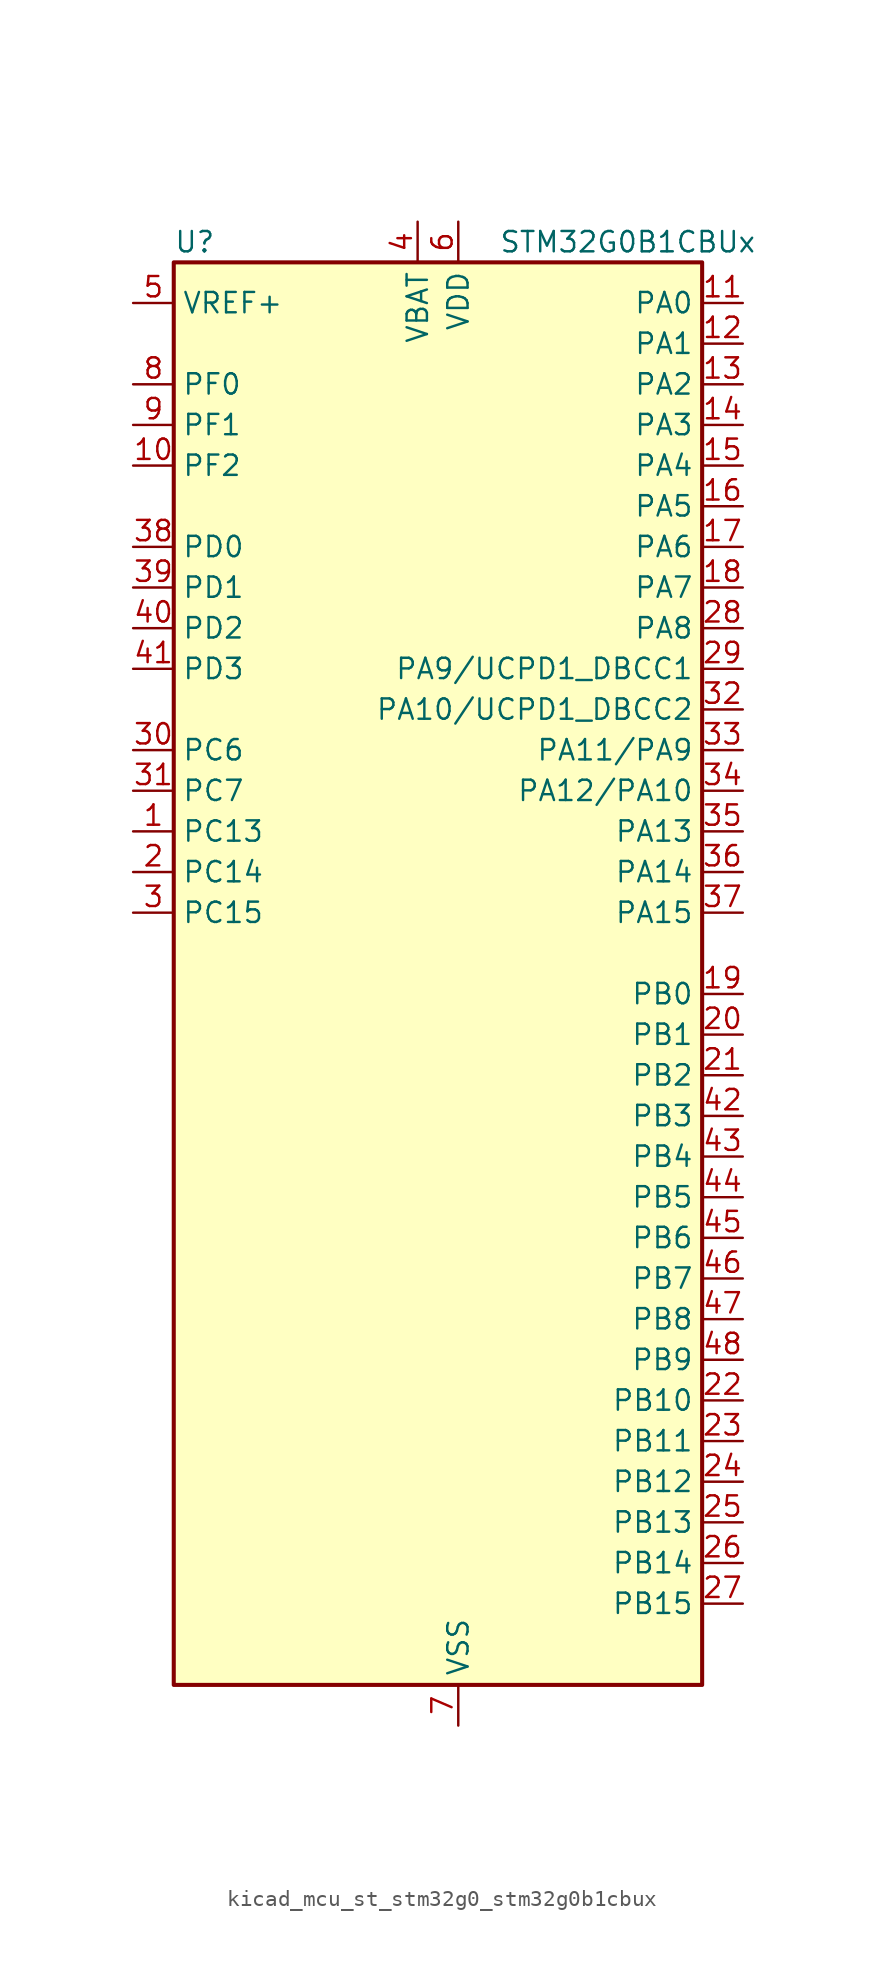
<source format=kicad_sym>
(kicad_symbol_lib
  (version 20220914)
  (generator kicad_symbol_editor)
  (symbol "kicad_mcu_st_stm32g0_stm32g0b1cbux"
    (property "Reference" "U"
      (at -15.24 46.99 0)
      (effects (font (size 1.27 1.27)) (justify left)))
    (property "Value" "STM32G0B1CBUx"
      (at 5.08 46.99 0)
      (effects (font (size 1.27 1.27)) (justify left)))
    (property "ki_locked" ""
      (at 0 0 0)
      (effects (font (size 1.27 1.27))))
    (symbol "kicad_mcu_st_stm32g0_stm32g0b1cbux_0_1"
      (rectangle (start -15.24 -43.18) (end 17.78 45.72) (stroke (width 0.254) (type default)) (fill (type background))))
    (symbol "kicad_mcu_st_stm32g0_stm32g0b1cbux_1_1"
      (pin bidirectional line (at -17.78 10.16 0) (length 2.54) (name "PC13" (effects (font (size 1.27 1.27)))) (number "1" (effects (font (size 1.27 1.27)))) (alternate "RTC_OUT1" bidirectional line) (alternate "RTC_TAMP_IN1" bidirectional line) (alternate "RTC_TS" bidirectional line) (alternate "SYS_WKUP2" bidirectional line) (alternate "TIM1_BK" bidirectional line))
      (pin bidirectional line (at -17.78 33.02 0) (length 2.54) (name "PF2" (effects (font (size 1.27 1.27)))) (number "10" (effects (font (size 1.27 1.27)))) (alternate "LPUART2_DE" bidirectional line) (alternate "LPUART2_RTS" bidirectional line) (alternate "LPUART2_TX" bidirectional line) (alternate "RCC_MCO" bidirectional line))
      (pin bidirectional line (at 20.32 43.18 180) (length 2.54) (name "PA0" (effects (font (size 1.27 1.27)))) (number "11" (effects (font (size 1.27 1.27)))) (alternate "ADC1_IN0" bidirectional line) (alternate "COMP1_INM" bidirectional line) (alternate "COMP1_OUT" bidirectional line) (alternate "I2S2_CK" bidirectional line) (alternate "LPTIM1_OUT" bidirectional line) (alternate "RTC_TAMP_IN2" bidirectional line) (alternate "SPI2_SCK" bidirectional line) (alternate "SYS_WKUP1" bidirectional line) (alternate "TIM2_CH1" bidirectional line) (alternate "TIM2_ETR" bidirectional line) (alternate "UCPD2_FRSTX1" bidirectional line) (alternate "UCPD2_FRSTX2" bidirectional line) (alternate "USART2_CTS" bidirectional line) (alternate "USART2_NSS" bidirectional line) (alternate "USART4_TX" bidirectional line))
      (pin bidirectional line (at 20.32 40.64 180) (length 2.54) (name "PA1" (effects (font (size 1.27 1.27)))) (number "12" (effects (font (size 1.27 1.27)))) (alternate "ADC1_IN1" bidirectional line) (alternate "COMP1_INP" bidirectional line) (alternate "I2C1_SMBA" bidirectional line) (alternate "I2S1_CK" bidirectional line) (alternate "SPI1_SCK" bidirectional line) (alternate "TIM15_CH1N" bidirectional line) (alternate "TIM2_CH2" bidirectional line) (alternate "USART2_CK" bidirectional line) (alternate "USART2_DE" bidirectional line) (alternate "USART2_RTS" bidirectional line) (alternate "USART4_RX" bidirectional line))
      (pin bidirectional line (at 20.32 38.1 180) (length 2.54) (name "PA2" (effects (font (size 1.27 1.27)))) (number "13" (effects (font (size 1.27 1.27)))) (alternate "ADC1_IN2" bidirectional line) (alternate "COMP2_INM" bidirectional line) (alternate "COMP2_OUT" bidirectional line) (alternate "I2S1_SD" bidirectional line) (alternate "LPUART1_TX" bidirectional line) (alternate "RCC_LSCO" bidirectional line) (alternate "SPI1_MOSI" bidirectional line) (alternate "SYS_WKUP4" bidirectional line) (alternate "TIM15_CH1" bidirectional line) (alternate "TIM2_CH3" bidirectional line) (alternate "UCPD1_FRSTX1" bidirectional line) (alternate "UCPD1_FRSTX2" bidirectional line) (alternate "USART2_TX" bidirectional line))
      (pin bidirectional line (at 20.32 35.56 180) (length 2.54) (name "PA3" (effects (font (size 1.27 1.27)))) (number "14" (effects (font (size 1.27 1.27)))) (alternate "ADC1_IN3" bidirectional line) (alternate "COMP2_INP" bidirectional line) (alternate "I2S2_MCK" bidirectional line) (alternate "LPUART1_RX" bidirectional line) (alternate "SPI2_MISO" bidirectional line) (alternate "TIM15_CH2" bidirectional line) (alternate "TIM2_CH4" bidirectional line) (alternate "UCPD2_FRSTX1" bidirectional line) (alternate "UCPD2_FRSTX2" bidirectional line) (alternate "USART2_RX" bidirectional line))
      (pin bidirectional line (at 20.32 33.02 180) (length 2.54) (name "PA4" (effects (font (size 1.27 1.27)))) (number "15" (effects (font (size 1.27 1.27)))) (alternate "ADC1_IN4" bidirectional line) (alternate "DAC1_OUT1" bidirectional line) (alternate "I2S1_WS" bidirectional line) (alternate "I2S2_SD" bidirectional line) (alternate "LPTIM2_OUT" bidirectional line) (alternate "RTC_OUT2" bidirectional line) (alternate "SPI1_NSS" bidirectional line) (alternate "SPI2_MOSI" bidirectional line) (alternate "SPI3_NSS" bidirectional line) (alternate "TIM14_CH1" bidirectional line) (alternate "UCPD2_FRSTX1" bidirectional line) (alternate "UCPD2_FRSTX2" bidirectional line) (alternate "USART6_TX" bidirectional line) (alternate "USB_NOE" bidirectional line))
      (pin bidirectional line (at 20.32 30.48 180) (length 2.54) (name "PA5" (effects (font (size 1.27 1.27)))) (number "16" (effects (font (size 1.27 1.27)))) (alternate "ADC1_IN5" bidirectional line) (alternate "CEC" bidirectional line) (alternate "DAC1_OUT2" bidirectional line) (alternate "I2S1_CK" bidirectional line) (alternate "LPTIM2_ETR" bidirectional line) (alternate "SPI1_SCK" bidirectional line) (alternate "TIM2_CH1" bidirectional line) (alternate "TIM2_ETR" bidirectional line) (alternate "UCPD1_FRSTX1" bidirectional line) (alternate "UCPD1_FRSTX2" bidirectional line) (alternate "USART3_TX" bidirectional line) (alternate "USART6_RX" bidirectional line))
      (pin bidirectional line (at 20.32 27.94 180) (length 2.54) (name "PA6" (effects (font (size 1.27 1.27)))) (number "17" (effects (font (size 1.27 1.27)))) (alternate "ADC1_IN6" bidirectional line) (alternate "COMP1_OUT" bidirectional line) (alternate "I2C2_SDA" bidirectional line) (alternate "I2C3_SDA" bidirectional line) (alternate "I2S1_MCK" bidirectional line) (alternate "LPUART1_CTS" bidirectional line) (alternate "SPI1_MISO" bidirectional line) (alternate "TIM16_CH1" bidirectional line) (alternate "TIM1_BK" bidirectional line) (alternate "TIM3_CH1" bidirectional line) (alternate "USART3_CTS" bidirectional line) (alternate "USART3_NSS" bidirectional line) (alternate "USART6_CTS" bidirectional line) (alternate "USART6_NSS" bidirectional line))
      (pin bidirectional line (at 20.32 25.4 180) (length 2.54) (name "PA7" (effects (font (size 1.27 1.27)))) (number "18" (effects (font (size 1.27 1.27)))) (alternate "ADC1_IN7" bidirectional line) (alternate "COMP2_OUT" bidirectional line) (alternate "I2C2_SCL" bidirectional line) (alternate "I2C3_SCL" bidirectional line) (alternate "I2S1_SD" bidirectional line) (alternate "SPI1_MOSI" bidirectional line) (alternate "TIM14_CH1" bidirectional line) (alternate "TIM17_CH1" bidirectional line) (alternate "TIM1_CH1N" bidirectional line) (alternate "TIM3_CH2" bidirectional line) (alternate "UCPD1_FRSTX1" bidirectional line) (alternate "UCPD1_FRSTX2" bidirectional line) (alternate "USART6_CK" bidirectional line) (alternate "USART6_DE" bidirectional line) (alternate "USART6_RTS" bidirectional line))
      (pin bidirectional line (at 20.32 0 180) (length 2.54) (name "PB0" (effects (font (size 1.27 1.27)))) (number "19" (effects (font (size 1.27 1.27)))) (alternate "ADC1_IN8" bidirectional line) (alternate "COMP1_OUT" bidirectional line) (alternate "COMP3_INP" bidirectional line) (alternate "FDCAN2_RX" bidirectional line) (alternate "I2S1_WS" bidirectional line) (alternate "LPTIM1_OUT" bidirectional line) (alternate "LPUART2_CTS" bidirectional line) (alternate "SPI1_NSS" bidirectional line) (alternate "TIM1_CH2N" bidirectional line) (alternate "TIM3_CH3" bidirectional line) (alternate "UCPD1_FRSTX1" bidirectional line) (alternate "UCPD1_FRSTX2" bidirectional line) (alternate "USART3_RX" bidirectional line) (alternate "USART5_TX" bidirectional line))
      (pin bidirectional line (at -17.78 7.62 0) (length 2.54) (name "PC14" (effects (font (size 1.27 1.27)))) (number "2" (effects (font (size 1.27 1.27)))) (alternate "RCC_OSC32_IN" bidirectional line) (alternate "TIM1_BK2" bidirectional line))
      (pin bidirectional line (at 20.32 -2.54 180) (length 2.54) (name "PB1" (effects (font (size 1.27 1.27)))) (number "20" (effects (font (size 1.27 1.27)))) (alternate "ADC1_IN9" bidirectional line) (alternate "COMP1_INM" bidirectional line) (alternate "COMP3_OUT" bidirectional line) (alternate "FDCAN2_TX" bidirectional line) (alternate "LPTIM2_IN1" bidirectional line) (alternate "LPUART1_DE" bidirectional line) (alternate "LPUART1_RTS" bidirectional line) (alternate "LPUART2_DE" bidirectional line) (alternate "LPUART2_RTS" bidirectional line) (alternate "TIM14_CH1" bidirectional line) (alternate "TIM1_CH3N" bidirectional line) (alternate "TIM3_CH4" bidirectional line) (alternate "USART3_CK" bidirectional line) (alternate "USART3_DE" bidirectional line) (alternate "USART3_RTS" bidirectional line) (alternate "USART5_RX" bidirectional line))
      (pin bidirectional line (at 20.32 -5.08 180) (length 2.54) (name "PB2" (effects (font (size 1.27 1.27)))) (number "21" (effects (font (size 1.27 1.27)))) (alternate "ADC1_IN10" bidirectional line) (alternate "COMP1_INP" bidirectional line) (alternate "COMP3_INM" bidirectional line) (alternate "I2S2_MCK" bidirectional line) (alternate "LPTIM1_OUT" bidirectional line) (alternate "RCC_MCO_2" bidirectional line) (alternate "SPI2_MISO" bidirectional line) (alternate "USART3_TX" bidirectional line))
      (pin bidirectional line (at 20.32 -25.4 180) (length 2.54) (name "PB10" (effects (font (size 1.27 1.27)))) (number "22" (effects (font (size 1.27 1.27)))) (alternate "ADC1_IN11" bidirectional line) (alternate "CEC" bidirectional line) (alternate "COMP1_OUT" bidirectional line) (alternate "I2C2_SCL" bidirectional line) (alternate "I2S2_CK" bidirectional line) (alternate "LPUART1_RX" bidirectional line) (alternate "SPI2_SCK" bidirectional line) (alternate "TIM2_CH3" bidirectional line) (alternate "USART3_TX" bidirectional line))
      (pin bidirectional line (at 20.32 -27.94 180) (length 2.54) (name "PB11" (effects (font (size 1.27 1.27)))) (number "23" (effects (font (size 1.27 1.27)))) (alternate "ADC1_EXTI11" bidirectional line) (alternate "ADC1_IN15" bidirectional line) (alternate "COMP2_OUT" bidirectional line) (alternate "I2C2_SDA" bidirectional line) (alternate "I2S2_SD" bidirectional line) (alternate "LPUART1_TX" bidirectional line) (alternate "SPI2_MOSI" bidirectional line) (alternate "TIM2_CH4" bidirectional line) (alternate "USART3_RX" bidirectional line))
      (pin bidirectional line (at 20.32 -30.48 180) (length 2.54) (name "PB12" (effects (font (size 1.27 1.27)))) (number "24" (effects (font (size 1.27 1.27)))) (alternate "ADC1_IN16" bidirectional line) (alternate "FDCAN2_RX" bidirectional line) (alternate "I2C2_SMBA" bidirectional line) (alternate "I2S2_WS" bidirectional line) (alternate "LPUART1_DE" bidirectional line) (alternate "LPUART1_RTS" bidirectional line) (alternate "SPI2_NSS" bidirectional line) (alternate "TIM15_BK" bidirectional line) (alternate "TIM1_BK" bidirectional line) (alternate "UCPD2_FRSTX1" bidirectional line) (alternate "UCPD2_FRSTX2" bidirectional line))
      (pin bidirectional line (at 20.32 -33.02 180) (length 2.54) (name "PB13" (effects (font (size 1.27 1.27)))) (number "25" (effects (font (size 1.27 1.27)))) (alternate "FDCAN2_TX" bidirectional line) (alternate "I2C2_SCL" bidirectional line) (alternate "I2S2_CK" bidirectional line) (alternate "LPUART1_CTS" bidirectional line) (alternate "SPI2_SCK" bidirectional line) (alternate "TIM15_CH1N" bidirectional line) (alternate "TIM1_CH1N" bidirectional line) (alternate "USART3_CTS" bidirectional line) (alternate "USART3_NSS" bidirectional line))
      (pin bidirectional line (at 20.32 -35.56 180) (length 2.54) (name "PB14" (effects (font (size 1.27 1.27)))) (number "26" (effects (font (size 1.27 1.27)))) (alternate "I2C2_SDA" bidirectional line) (alternate "I2S2_MCK" bidirectional line) (alternate "SPI2_MISO" bidirectional line) (alternate "TIM15_CH1" bidirectional line) (alternate "TIM1_CH2N" bidirectional line) (alternate "UCPD1_FRSTX1" bidirectional line) (alternate "UCPD1_FRSTX2" bidirectional line) (alternate "USART3_CK" bidirectional line) (alternate "USART3_DE" bidirectional line) (alternate "USART3_RTS" bidirectional line) (alternate "USART6_CK" bidirectional line) (alternate "USART6_DE" bidirectional line) (alternate "USART6_RTS" bidirectional line))
      (pin bidirectional line (at 20.32 -38.1 180) (length 2.54) (name "PB15" (effects (font (size 1.27 1.27)))) (number "27" (effects (font (size 1.27 1.27)))) (alternate "I2S2_SD" bidirectional line) (alternate "RTC_REFIN" bidirectional line) (alternate "SPI2_MOSI" bidirectional line) (alternate "TIM15_CH1N" bidirectional line) (alternate "TIM15_CH2" bidirectional line) (alternate "TIM1_CH3N" bidirectional line) (alternate "UCPD1_CC2" bidirectional line) (alternate "USART6_CTS" bidirectional line) (alternate "USART6_NSS" bidirectional line))
      (pin bidirectional line (at 20.32 22.86 180) (length 2.54) (name "PA8" (effects (font (size 1.27 1.27)))) (number "28" (effects (font (size 1.27 1.27)))) (alternate "CRS1_SYNC" bidirectional line) (alternate "I2C2_SMBA" bidirectional line) (alternate "I2S2_WS" bidirectional line) (alternate "LPTIM2_OUT" bidirectional line) (alternate "RCC_MCO" bidirectional line) (alternate "SPI2_NSS" bidirectional line) (alternate "TIM1_CH1" bidirectional line) (alternate "UCPD1_CC1" bidirectional line))
      (pin bidirectional line (at 20.32 20.32 180) (length 2.54) (name "PA9/UCPD1_DBCC1" (effects (font (size 1.27 1.27)))) (number "29" (effects (font (size 1.27 1.27)))) (alternate "DAC1_EXTI9" bidirectional line) (alternate "I2C1_SCL" bidirectional line) (alternate "I2C2_SCL" bidirectional line) (alternate "I2S2_MCK" bidirectional line) (alternate "RCC_MCO" bidirectional line) (alternate "SPI2_MISO" bidirectional line) (alternate "TIM15_BK" bidirectional line) (alternate "TIM1_CH2" bidirectional line) (alternate "UCPD1_DBCC1" bidirectional line) (alternate "USART1_TX" bidirectional line))
      (pin bidirectional line (at -17.78 5.08 0) (length 2.54) (name "PC15" (effects (font (size 1.27 1.27)))) (number "3" (effects (font (size 1.27 1.27)))) (alternate "RCC_OSC32_EN" bidirectional line) (alternate "RCC_OSC32_OUT" bidirectional line) (alternate "RCC_OSC_EN" bidirectional line) (alternate "TIM15_BK" bidirectional line))
      (pin bidirectional line (at -17.78 15.24 0) (length 2.54) (name "PC6" (effects (font (size 1.27 1.27)))) (number "30" (effects (font (size 1.27 1.27)))) (alternate "LPUART2_TX" bidirectional line) (alternate "TIM2_CH3" bidirectional line) (alternate "TIM3_CH1" bidirectional line) (alternate "UCPD1_FRSTX1" bidirectional line) (alternate "UCPD1_FRSTX2" bidirectional line))
      (pin bidirectional line (at -17.78 12.7 0) (length 2.54) (name "PC7" (effects (font (size 1.27 1.27)))) (number "31" (effects (font (size 1.27 1.27)))) (alternate "LPUART2_RX" bidirectional line) (alternate "TIM2_CH4" bidirectional line) (alternate "TIM3_CH2" bidirectional line) (alternate "UCPD2_FRSTX1" bidirectional line) (alternate "UCPD2_FRSTX2" bidirectional line))
      (pin bidirectional line (at 20.32 17.78 180) (length 2.54) (name "PA10/UCPD1_DBCC2" (effects (font (size 1.27 1.27)))) (number "32" (effects (font (size 1.27 1.27)))) (alternate "I2C1_SDA" bidirectional line) (alternate "I2C2_SDA" bidirectional line) (alternate "I2S2_SD" bidirectional line) (alternate "RCC_MCO_2" bidirectional line) (alternate "SPI2_MOSI" bidirectional line) (alternate "TIM17_BK" bidirectional line) (alternate "TIM1_CH3" bidirectional line) (alternate "UCPD1_DBCC2" bidirectional line) (alternate "USART1_RX" bidirectional line))
      (pin bidirectional line (at 20.32 15.24 180) (length 2.54) (name "PA11/PA9" (effects (font (size 1.27 1.27)))) (number "33" (effects (font (size 1.27 1.27)))) (alternate "ADC1_EXTI11" bidirectional line) (alternate "COMP1_OUT" bidirectional line) (alternate "FDCAN1_RX" bidirectional line) (alternate "I2C2_SCL" bidirectional line) (alternate "I2S1_MCK" bidirectional line) (alternate "SPI1_MISO" bidirectional line) (alternate "TIM1_BK2" bidirectional line) (alternate "TIM1_CH4" bidirectional line) (alternate "USART1_CTS" bidirectional line) (alternate "USART1_NSS" bidirectional line) (alternate "USB_DM" bidirectional line))
      (pin bidirectional line (at 20.32 12.7 180) (length 2.54) (name "PA12/PA10" (effects (font (size 1.27 1.27)))) (number "34" (effects (font (size 1.27 1.27)))) (alternate "COMP2_OUT" bidirectional line) (alternate "FDCAN1_TX" bidirectional line) (alternate "I2C2_SDA" bidirectional line) (alternate "I2S1_SD" bidirectional line) (alternate "I2S_CKIN" bidirectional line) (alternate "SPI1_MOSI" bidirectional line) (alternate "TIM1_ETR" bidirectional line) (alternate "USART1_CK" bidirectional line) (alternate "USART1_DE" bidirectional line) (alternate "USART1_RTS" bidirectional line) (alternate "USB_DP" bidirectional line))
      (pin bidirectional line (at 20.32 10.16 180) (length 2.54) (name "PA13" (effects (font (size 1.27 1.27)))) (number "35" (effects (font (size 1.27 1.27)))) (alternate "IR_OUT" bidirectional line) (alternate "LPUART2_RX" bidirectional line) (alternate "SYS_SWDIO" bidirectional line) (alternate "USB_NOE" bidirectional line))
      (pin bidirectional line (at 20.32 7.62 180) (length 2.54) (name "PA14" (effects (font (size 1.27 1.27)))) (number "36" (effects (font (size 1.27 1.27)))) (alternate "LPUART2_TX" bidirectional line) (alternate "SYS_SWCLK" bidirectional line) (alternate "USART2_TX" bidirectional line))
      (pin bidirectional line (at 20.32 5.08 180) (length 2.54) (name "PA15" (effects (font (size 1.27 1.27)))) (number "37" (effects (font (size 1.27 1.27)))) (alternate "I2C2_SMBA" bidirectional line) (alternate "I2S1_WS" bidirectional line) (alternate "RCC_MCO_2" bidirectional line) (alternate "SPI1_NSS" bidirectional line) (alternate "SPI3_NSS" bidirectional line) (alternate "TIM2_CH1" bidirectional line) (alternate "TIM2_ETR" bidirectional line) (alternate "USART2_RX" bidirectional line) (alternate "USART3_CK" bidirectional line) (alternate "USART3_DE" bidirectional line) (alternate "USART3_RTS" bidirectional line) (alternate "USART4_CK" bidirectional line) (alternate "USART4_DE" bidirectional line) (alternate "USART4_RTS" bidirectional line) (alternate "USB_NOE" bidirectional line))
      (pin bidirectional line (at -17.78 27.94 0) (length 2.54) (name "PD0" (effects (font (size 1.27 1.27)))) (number "38" (effects (font (size 1.27 1.27)))) (alternate "FDCAN1_RX" bidirectional line) (alternate "I2S2_WS" bidirectional line) (alternate "SPI2_NSS" bidirectional line) (alternate "TIM16_CH1" bidirectional line) (alternate "UCPD2_CC1" bidirectional line))
      (pin bidirectional line (at -17.78 25.4 0) (length 2.54) (name "PD1" (effects (font (size 1.27 1.27)))) (number "39" (effects (font (size 1.27 1.27)))) (alternate "FDCAN1_TX" bidirectional line) (alternate "I2S2_CK" bidirectional line) (alternate "SPI2_SCK" bidirectional line) (alternate "TIM17_CH1" bidirectional line) (alternate "UCPD2_DBCC1" bidirectional line))
      (pin power_in line (at 0 48.26 270) (length 2.54) (name "VBAT" (effects (font (size 1.27 1.27)))) (number "4" (effects (font (size 1.27 1.27)))))
      (pin bidirectional line (at -17.78 22.86 0) (length 2.54) (name "PD2" (effects (font (size 1.27 1.27)))) (number "40" (effects (font (size 1.27 1.27)))) (alternate "TIM1_CH1N" bidirectional line) (alternate "TIM3_ETR" bidirectional line) (alternate "UCPD2_CC2" bidirectional line) (alternate "USART3_CK" bidirectional line) (alternate "USART3_DE" bidirectional line) (alternate "USART3_RTS" bidirectional line) (alternate "USART5_RX" bidirectional line))
      (pin bidirectional line (at -17.78 20.32 0) (length 2.54) (name "PD3" (effects (font (size 1.27 1.27)))) (number "41" (effects (font (size 1.27 1.27)))) (alternate "I2S2_MCK" bidirectional line) (alternate "SPI2_MISO" bidirectional line) (alternate "TIM1_CH2N" bidirectional line) (alternate "UCPD2_DBCC2" bidirectional line) (alternate "USART2_CTS" bidirectional line) (alternate "USART2_NSS" bidirectional line) (alternate "USART5_TX" bidirectional line))
      (pin bidirectional line (at 20.32 -7.62 180) (length 2.54) (name "PB3" (effects (font (size 1.27 1.27)))) (number "42" (effects (font (size 1.27 1.27)))) (alternate "COMP2_INM" bidirectional line) (alternate "I2C2_SCL" bidirectional line) (alternate "I2C3_SCL" bidirectional line) (alternate "I2S1_CK" bidirectional line) (alternate "SPI1_SCK" bidirectional line) (alternate "SPI3_SCK" bidirectional line) (alternate "TIM1_CH2" bidirectional line) (alternate "TIM2_CH2" bidirectional line) (alternate "USART1_CK" bidirectional line) (alternate "USART1_DE" bidirectional line) (alternate "USART1_RTS" bidirectional line) (alternate "USART5_TX" bidirectional line))
      (pin bidirectional line (at 20.32 -10.16 180) (length 2.54) (name "PB4" (effects (font (size 1.27 1.27)))) (number "43" (effects (font (size 1.27 1.27)))) (alternate "COMP2_INP" bidirectional line) (alternate "I2C2_SDA" bidirectional line) (alternate "I2C3_SDA" bidirectional line) (alternate "I2S1_MCK" bidirectional line) (alternate "SPI1_MISO" bidirectional line) (alternate "SPI3_MISO" bidirectional line) (alternate "TIM17_BK" bidirectional line) (alternate "TIM3_CH1" bidirectional line) (alternate "USART1_CTS" bidirectional line) (alternate "USART1_NSS" bidirectional line) (alternate "USART5_RX" bidirectional line))
      (pin bidirectional line (at 20.32 -12.7 180) (length 2.54) (name "PB5" (effects (font (size 1.27 1.27)))) (number "44" (effects (font (size 1.27 1.27)))) (alternate "COMP2_OUT" bidirectional line) (alternate "FDCAN2_RX" bidirectional line) (alternate "I2C1_SMBA" bidirectional line) (alternate "I2S1_SD" bidirectional line) (alternate "LPTIM1_IN1" bidirectional line) (alternate "SPI1_MOSI" bidirectional line) (alternate "SPI3_MOSI" bidirectional line) (alternate "SYS_WKUP6" bidirectional line) (alternate "TIM16_BK" bidirectional line) (alternate "TIM3_CH2" bidirectional line) (alternate "USART5_CK" bidirectional line) (alternate "USART5_DE" bidirectional line) (alternate "USART5_RTS" bidirectional line))
      (pin bidirectional line (at 20.32 -15.24 180) (length 2.54) (name "PB6" (effects (font (size 1.27 1.27)))) (number "45" (effects (font (size 1.27 1.27)))) (alternate "COMP2_INP" bidirectional line) (alternate "FDCAN2_TX" bidirectional line) (alternate "I2C1_SCL" bidirectional line) (alternate "I2S2_MCK" bidirectional line) (alternate "LPTIM1_ETR" bidirectional line) (alternate "LPUART2_TX" bidirectional line) (alternate "SPI2_MISO" bidirectional line) (alternate "TIM16_CH1N" bidirectional line) (alternate "TIM1_CH3" bidirectional line) (alternate "TIM4_CH1" bidirectional line) (alternate "USART1_TX" bidirectional line) (alternate "USART5_CTS" bidirectional line) (alternate "USART5_NSS" bidirectional line))
      (pin bidirectional line (at 20.32 -17.78 180) (length 2.54) (name "PB7" (effects (font (size 1.27 1.27)))) (number "46" (effects (font (size 1.27 1.27)))) (alternate "COMP2_INM" bidirectional line) (alternate "I2C1_SDA" bidirectional line) (alternate "I2S2_SD" bidirectional line) (alternate "LPTIM1_IN2" bidirectional line) (alternate "LPUART2_RX" bidirectional line) (alternate "SPI2_MOSI" bidirectional line) (alternate "SYS_PVD_IN" bidirectional line) (alternate "TIM17_CH1N" bidirectional line) (alternate "TIM4_CH2" bidirectional line) (alternate "USART1_RX" bidirectional line) (alternate "USART4_CTS" bidirectional line) (alternate "USART4_NSS" bidirectional line))
      (pin bidirectional line (at 20.32 -20.32 180) (length 2.54) (name "PB8" (effects (font (size 1.27 1.27)))) (number "47" (effects (font (size 1.27 1.27)))) (alternate "CEC" bidirectional line) (alternate "FDCAN1_RX" bidirectional line) (alternate "I2C1_SCL" bidirectional line) (alternate "I2S2_CK" bidirectional line) (alternate "SPI2_SCK" bidirectional line) (alternate "TIM15_BK" bidirectional line) (alternate "TIM16_CH1" bidirectional line) (alternate "TIM4_CH3" bidirectional line) (alternate "USART3_TX" bidirectional line) (alternate "USART6_TX" bidirectional line))
      (pin bidirectional line (at 20.32 -22.86 180) (length 2.54) (name "PB9" (effects (font (size 1.27 1.27)))) (number "48" (effects (font (size 1.27 1.27)))) (alternate "DAC1_EXTI9" bidirectional line) (alternate "FDCAN1_TX" bidirectional line) (alternate "I2C1_SDA" bidirectional line) (alternate "I2S2_WS" bidirectional line) (alternate "IR_OUT" bidirectional line) (alternate "SPI2_NSS" bidirectional line) (alternate "TIM17_CH1" bidirectional line) (alternate "TIM4_CH4" bidirectional line) (alternate "UCPD2_FRSTX1" bidirectional line) (alternate "UCPD2_FRSTX2" bidirectional line) (alternate "USART3_RX" bidirectional line) (alternate "USART6_RX" bidirectional line))
      (pin passive line (at 2.54 -45.72 90) (length 2.54) hide (name "VSS" (effects (font (size 1.27 1.27)))) (number "49" (effects (font (size 1.27 1.27)))))
      (pin input line (at -17.78 43.18 0) (length 2.54) (name "VREF+" (effects (font (size 1.27 1.27)))) (number "5" (effects (font (size 1.27 1.27)))) (alternate "VREFBUF_OUT" bidirectional line))
      (pin power_in line (at 2.54 48.26 270) (length 2.54) (name "VDD" (effects (font (size 1.27 1.27)))) (number "6" (effects (font (size 1.27 1.27)))))
      (pin power_in line (at 2.54 -45.72 90) (length 2.54) (name "VSS" (effects (font (size 1.27 1.27)))) (number "7" (effects (font (size 1.27 1.27)))))
      (pin bidirectional line (at -17.78 38.1 0) (length 2.54) (name "PF0" (effects (font (size 1.27 1.27)))) (number "8" (effects (font (size 1.27 1.27)))) (alternate "CRS1_SYNC" bidirectional line) (alternate "RCC_OSC_IN" bidirectional line) (alternate "TIM14_CH1" bidirectional line))
      (pin bidirectional line (at -17.78 35.56 0) (length 2.54) (name "PF1" (effects (font (size 1.27 1.27)))) (number "9" (effects (font (size 1.27 1.27)))) (alternate "RCC_OSC_EN" bidirectional line) (alternate "RCC_OSC_OUT" bidirectional line) (alternate "TIM15_CH1N" bidirectional line)))))
</source>
